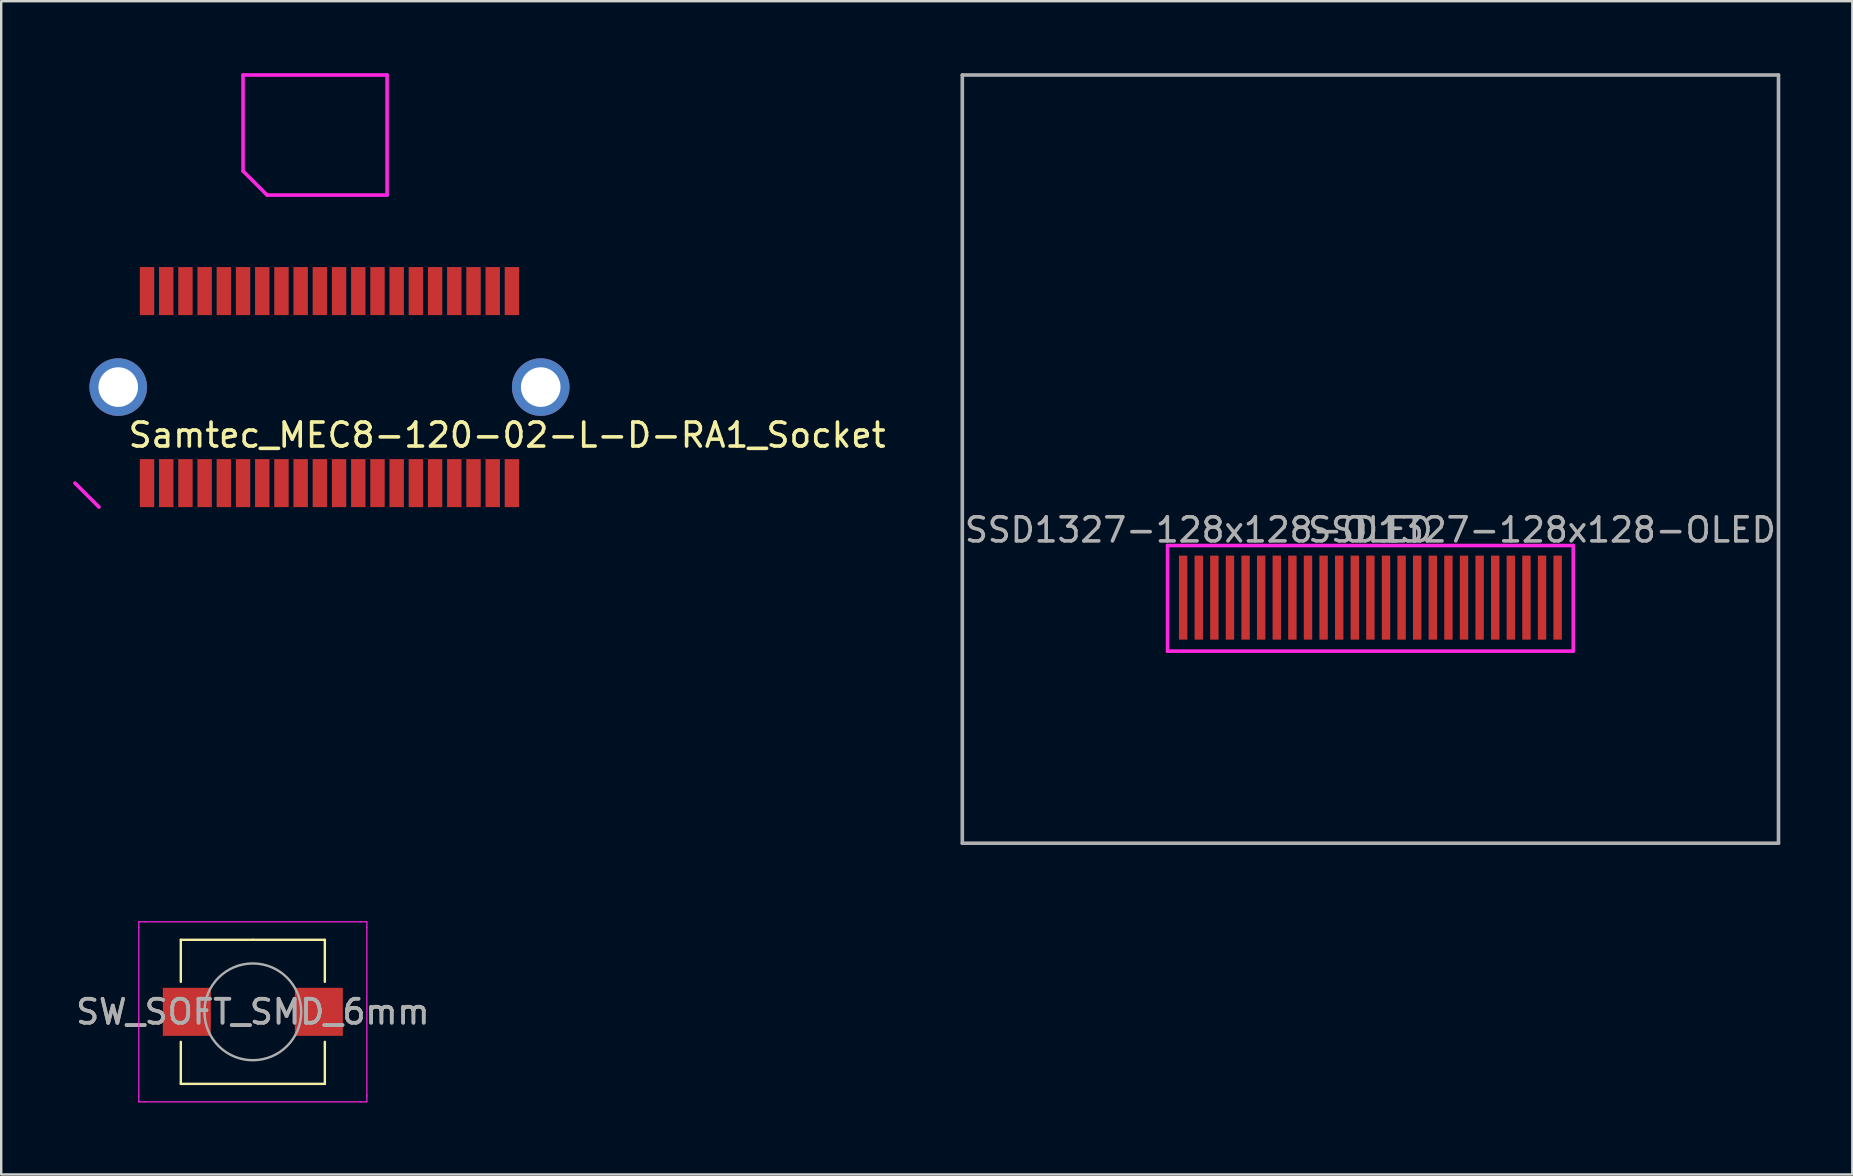
<source format=kicad_pcb>
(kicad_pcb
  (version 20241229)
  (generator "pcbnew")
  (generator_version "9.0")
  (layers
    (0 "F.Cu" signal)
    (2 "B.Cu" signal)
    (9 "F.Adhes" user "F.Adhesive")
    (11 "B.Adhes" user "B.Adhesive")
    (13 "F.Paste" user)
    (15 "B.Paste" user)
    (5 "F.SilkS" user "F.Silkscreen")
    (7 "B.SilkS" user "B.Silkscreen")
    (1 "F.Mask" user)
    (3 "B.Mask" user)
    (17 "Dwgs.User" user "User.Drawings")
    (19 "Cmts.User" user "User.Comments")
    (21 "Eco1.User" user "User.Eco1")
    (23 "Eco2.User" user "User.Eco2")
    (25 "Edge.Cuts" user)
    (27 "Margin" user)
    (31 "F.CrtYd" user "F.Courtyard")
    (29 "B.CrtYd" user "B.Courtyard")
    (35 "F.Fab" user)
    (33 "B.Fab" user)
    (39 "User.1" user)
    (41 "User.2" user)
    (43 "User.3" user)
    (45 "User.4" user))
  (footprint "Samtec_MEC8-120-02-L-D-RA1_Socket"
    (layer "F.Cu")
    (at 3.075 13.075)
    (property "Reference" "Samtec_MEC8-120-02-L-D-RA1_Socket" (at 15 2 0) (layer "F.SilkS") (effects (font (size 1 1) (thickness 0.15))))
    (attr through_hole)
    (fp_line (start -2 5) (end -3 4) (stroke (width 0.15) (type solid)) (layer "F.CrtYd"))
    (fp_line (start 4 -13) (end 10 -13) (stroke (width 0.15) (type solid)) (layer "F.CrtYd"))
    (fp_line (start 4 -9) (end 4 -13) (stroke (width 0.15) (type solid)) (layer "F.CrtYd"))
    (fp_line (start 5 -8) (end 4 -9) (stroke (width 0.15) (type solid)) (layer "F.CrtYd"))
    (fp_line (start 10 -13) (end 10 -8) (stroke (width 0.15) (type solid)) (layer "F.CrtYd"))
    (fp_line (start 10 -8) (end 5 -8) (stroke (width 0.15) (type solid)) (layer "F.CrtYd"))
    (pad "" thru_hole circle (at -1.2 0) (size 2.4 2.4) (drill 1.65) (layers "*.Cu" "*.Mask"))
    (pad "" thru_hole circle (at 16.4 0) (size 2.4 2.4) (drill 1.65) (layers "*.Cu" "*.Mask"))
    (pad "1" smd rect (at 0 4) (size 0.6 2) (layers "F.Cu" "F.Mask" "F.Paste"))
    (pad "2" smd rect (at 0 -4) (size 0.6 2) (layers "F.Cu" "F.Mask" "F.Paste"))
    (pad "3" smd rect (at 0.8 4) (size 0.6 2) (layers "F.Cu" "F.Mask" "F.Paste"))
    (pad "4" smd rect (at 0.8 -4) (size 0.6 2) (layers "F.Cu" "F.Mask" "F.Paste"))
    (pad "5" smd rect (at 1.6 4) (size 0.6 2) (layers "F.Cu" "F.Mask" "F.Paste"))
    (pad "6" smd rect (at 1.6 -4) (size 0.6 2) (layers "F.Cu" "F.Mask" "F.Paste"))
    (pad "7" smd rect (at 2.4 4) (size 0.6 2) (layers "F.Cu" "F.Mask" "F.Paste"))
    (pad "8" smd rect (at 2.4 -4) (size 0.6 2) (layers "F.Cu" "F.Mask" "F.Paste"))
    (pad "9" smd rect (at 3.2 4) (size 0.6 2) (layers "F.Cu" "F.Mask" "F.Paste"))
    (pad "10" smd rect (at 3.2 -4) (size 0.6 2) (layers "F.Cu" "F.Mask" "F.Paste"))
    (pad "11" smd rect (at 4 4) (size 0.6 2) (layers "F.Cu" "F.Mask" "F.Paste"))
    (pad "12" smd rect (at 4 -4) (size 0.6 2) (layers "F.Cu" "F.Mask" "F.Paste"))
    (pad "13" smd rect (at 4.8 4) (size 0.6 2) (layers "F.Cu" "F.Mask" "F.Paste"))
    (pad "14" smd rect (at 4.8 -4) (size 0.6 2) (layers "F.Cu" "F.Mask" "F.Paste"))
    (pad "15" smd rect (at 5.6 4) (size 0.6 2) (layers "F.Cu" "F.Mask" "F.Paste"))
    (pad "16" smd rect (at 5.6 -4) (size 0.6 2) (layers "F.Cu" "F.Mask" "F.Paste"))
    (pad "17" smd rect (at 6.4 4) (size 0.6 2) (layers "F.Cu" "F.Mask" "F.Paste"))
    (pad "18" smd rect (at 6.4 -4) (size 0.6 2) (layers "F.Cu" "F.Mask" "F.Paste"))
    (pad "19" smd rect (at 7.2 4) (size 0.6 2) (layers "F.Cu" "F.Mask" "F.Paste"))
    (pad "20" smd rect (at 7.2 -4) (size 0.6 2) (layers "F.Cu" "F.Mask" "F.Paste"))
    (pad "21" smd rect (at 8 4) (size 0.6 2) (layers "F.Cu" "F.Mask" "F.Paste"))
    (pad "22" smd rect (at 8 -4) (size 0.6 2) (layers "F.Cu" "F.Mask" "F.Paste"))
    (pad "23" smd rect (at 8.8 4) (size 0.6 2) (layers "F.Cu" "F.Mask" "F.Paste"))
    (pad "24" smd rect (at 8.8 -4) (size 0.6 2) (layers "F.Cu" "F.Mask" "F.Paste"))
    (pad "25" smd rect (at 9.6 4) (size 0.6 2) (layers "F.Cu" "F.Mask" "F.Paste"))
    (pad "26" smd rect (at 9.6 -4) (size 0.6 2) (layers "F.Cu" "F.Mask" "F.Paste"))
    (pad "27" smd rect (at 10.4 4) (size 0.6 2) (layers "F.Cu" "F.Mask" "F.Paste"))
    (pad "28" smd rect (at 10.4 -4) (size 0.6 2) (layers "F.Cu" "F.Mask" "F.Paste"))
    (pad "29" smd rect (at 11.2 4) (size 0.6 2) (layers "F.Cu" "F.Mask" "F.Paste"))
    (pad "30" smd rect (at 11.2 -4) (size 0.6 2) (layers "F.Cu" "F.Mask" "F.Paste"))
    (pad "31" smd rect (at 12 4) (size 0.6 2) (layers "F.Cu" "F.Mask" "F.Paste"))
    (pad "32" smd rect (at 12 -4) (size 0.6 2) (layers "F.Cu" "F.Mask" "F.Paste"))
    (pad "33" smd rect (at 12.8 4) (size 0.6 2) (layers "F.Cu" "F.Mask" "F.Paste"))
    (pad "34" smd rect (at 12.8 -4) (size 0.6 2) (layers "F.Cu" "F.Mask" "F.Paste"))
    (pad "35" smd rect (at 13.6 4) (size 0.6 2) (layers "F.Cu" "F.Mask" "F.Paste"))
    (pad "36" smd rect (at 13.6 -4) (size 0.6 2) (layers "F.Cu" "F.Mask" "F.Paste"))
    (pad "37" smd rect (at 14.4 4) (size 0.6 2) (layers "F.Cu" "F.Mask" "F.Paste"))
    (pad "38" smd rect (at 14.4 -4) (size 0.6 2) (layers "F.Cu" "F.Mask" "F.Paste"))
    (pad "39" smd rect (at 15.2 4) (size 0.6 2) (layers "F.Cu" "F.Mask" "F.Paste"))
    (pad "40" smd rect (at 15.2 -4) (size 0.6 2) (layers "F.Cu" "F.Mask" "F.Paste")))
  (footprint "SSD1327-128x128-OLED"
    (layer "F.Cu")
    (at 54.037 32.075)
    (property "Reference" "SSD1327-128x128-OLED" (at 7.15 -13.05 0) (layer "F.Fab") (effects (font (size 1 1) (thickness 0.15))))
    (attr through_hole)
    (fp_line (start -8.45 -12.4) (end 8.45 -12.4) (stroke (width 0.15) (type solid)) (layer "F.CrtYd"))
    (fp_line (start -8.45 -8) (end -8.45 -12.4) (stroke (width 0.15) (type solid)) (layer "F.CrtYd"))
    (fp_line (start 8.45 -12.4) (end 8.45 -8) (stroke (width 0.15) (type solid)) (layer "F.CrtYd"))
    (fp_line (start 8.45 -8) (end -8.45 -8) (stroke (width 0.15) (type solid)) (layer "F.CrtYd"))
    (fp_line (start -17 -32) (end 17 -32) (stroke (width 0.15) (type solid)) (layer "F.Fab"))
    (fp_line (start -17 0) (end -17 -32) (stroke (width 0.15) (type solid)) (layer "F.Fab"))
    (fp_line (start -17 0) (end 17 0) (stroke (width 0.15) (type solid)) (layer "F.Fab"))
    (fp_line (start 17 0) (end 17 -32) (stroke (width 0.15) (type solid)) (layer "F.Fab"))
    (fp_text user "${REFERENCE}" (at -7.15 -13.05 180) (layer "F.Fab") (effects (font (size 1 1) (thickness 0.15))))
    (pad "1" smd rect (at -7.8 -10.23) (size 0.35 3.5) (layers "F.Cu" "F.Mask" "F.Paste"))
    (pad "2" smd rect (at -7.15 -10.23) (size 0.35 3.5) (layers "F.Cu" "F.Mask" "F.Paste"))
    (pad "3" smd rect (at -6.5 -10.23) (size 0.35 3.5) (layers "F.Cu" "F.Mask" "F.Paste"))
    (pad "4" smd rect (at -5.85 -10.23) (size 0.35 3.5) (layers "F.Cu" "F.Mask" "F.Paste"))
    (pad "5" smd rect (at -5.2 -10.23) (size 0.35 3.5) (layers "F.Cu" "F.Mask" "F.Paste"))
    (pad "6" smd rect (at -4.55 -10.23) (size 0.35 3.5) (layers "F.Cu" "F.Mask" "F.Paste"))
    (pad "7" smd rect (at -3.9 -10.23) (size 0.35 3.5) (layers "F.Cu" "F.Mask" "F.Paste"))
    (pad "8" smd rect (at -3.25 -10.23) (size 0.35 3.5) (layers "F.Cu" "F.Mask" "F.Paste"))
    (pad "9" smd rect (at -2.6 -10.23) (size 0.35 3.5) (layers "F.Cu" "F.Mask" "F.Paste"))
    (pad "10" smd rect (at -1.95 -10.23) (size 0.35 3.5) (layers "F.Cu" "F.Mask" "F.Paste"))
    (pad "11" smd rect (at -1.3 -10.23) (size 0.35 3.5) (layers "F.Cu" "F.Mask" "F.Paste"))
    (pad "12" smd rect (at -0.65 -10.23) (size 0.35 3.5) (layers "F.Cu" "F.Mask" "F.Paste"))
    (pad "13" smd rect (at 0 -10.23) (size 0.35 3.5) (layers "F.Cu" "F.Mask" "F.Paste"))
    (pad "14" smd rect (at 0.65 -10.23) (size 0.35 3.5) (layers "F.Cu" "F.Mask" "F.Paste"))
    (pad "15" smd rect (at 1.3 -10.23) (size 0.35 3.5) (layers "F.Cu" "F.Mask" "F.Paste"))
    (pad "16" smd rect (at 1.95 -10.23) (size 0.35 3.5) (layers "F.Cu" "F.Mask" "F.Paste"))
    (pad "17" smd rect (at 2.6 -10.23) (size 0.35 3.5) (layers "F.Cu" "F.Mask" "F.Paste"))
    (pad "18" smd rect (at 3.25 -10.23) (size 0.35 3.5) (layers "F.Cu" "F.Mask" "F.Paste"))
    (pad "19" smd rect (at 3.9 -10.23) (size 0.35 3.5) (layers "F.Cu" "F.Mask" "F.Paste"))
    (pad "20" smd rect (at 4.55 -10.23) (size 0.35 3.5) (layers "F.Cu" "F.Mask" "F.Paste"))
    (pad "21" smd rect (at 5.2 -10.23) (size 0.35 3.5) (layers "F.Cu" "F.Mask" "F.Paste"))
    (pad "22" smd rect (at 5.85 -10.23) (size 0.35 3.5) (layers "F.Cu" "F.Mask" "F.Paste"))
    (pad "23" smd rect (at 6.5 -10.23) (size 0.35 3.5) (layers "F.Cu" "F.Mask" "F.Paste"))
    (pad "24" smd rect (at 7.15 -10.23) (size 0.35 3.5) (layers "F.Cu" "F.Mask" "F.Paste"))
    (pad "25" smd rect (at 7.8 -10.23) (size 0.35 3.5) (layers "F.Cu" "F.Mask" "F.Paste")))
  (footprint "SW_SOFT_SMD_6mm"
    (layer "F.Cu")
    (at 4.232 36.85)
    (property "Reference" "SW_SOFT_SMD_6mm" (at 3.25 2.25 0) (layer "F.Fab") (effects (font (size 1 1) (thickness 0.15))))
    (attr through_hole)
    (fp_line (start 0.25 -0.75) (end 3.25 -0.75) (stroke (width 0.1) (type solid)) (layer "F.SilkS"))
    (fp_line (start 0.25 1) (end 0.25 -0.75) (stroke (width 0.1) (type solid)) (layer "F.SilkS"))
    (fp_line (start 0.25 5.25) (end 0.25 3.5) (stroke (width 0.1) (type solid)) (layer "F.SilkS"))
    (fp_line (start 3.25 -0.75) (end 6.25 -0.75) (stroke (width 0.1) (type solid)) (layer "F.SilkS"))
    (fp_line (start 6.25 1) (end 6.25 -0.75) (stroke (width 0.1) (type solid)) (layer "F.SilkS"))
    (fp_line (start 6.25 5.25) (end 0.25 5.25) (stroke (width 0.1) (type solid)) (layer "F.SilkS"))
    (fp_line (start 6.25 5.25) (end 6.25 3.5) (stroke (width 0.1) (type solid)) (layer "F.SilkS"))
    (fp_line (start -1.5 -1.5) (end -1.25 -1.5) (stroke (width 0.05) (type solid)) (layer "F.CrtYd"))
    (fp_line (start -1.5 -1.25) (end -1.5 -1.5) (stroke (width 0.05) (type solid)) (layer "F.CrtYd"))
    (fp_line (start -1.5 5.75) (end -1.5 -1.25) (stroke (width 0.05) (type solid)) (layer "F.CrtYd"))
    (fp_line (start -1.5 5.75) (end -1.5 6) (stroke (width 0.05) (type solid)) (layer "F.CrtYd"))
    (fp_line (start -1.5 6) (end -1.25 6) (stroke (width 0.05) (type solid)) (layer "F.CrtYd"))
    (fp_line (start -1.25 -1.5) (end 7.75 -1.5) (stroke (width 0.05) (type solid)) (layer "F.CrtYd"))
    (fp_line (start 7.75 -1.5) (end 8 -1.5) (stroke (width 0.05) (type solid)) (layer "F.CrtYd"))
    (fp_line (start 7.75 6) (end -1.25 6) (stroke (width 0.05) (type solid)) (layer "F.CrtYd"))
    (fp_line (start 7.75 6) (end 8 6) (stroke (width 0.05) (type solid)) (layer "F.CrtYd"))
    (fp_line (start 8 -1.5) (end 8 -1.25) (stroke (width 0.05) (type solid)) (layer "F.CrtYd"))
    (fp_line (start 8 -1.25) (end 8 5.75) (stroke (width 0.05) (type solid)) (layer "F.CrtYd"))
    (fp_line (start 8 6) (end 8 5.75) (stroke (width 0.05) (type solid)) (layer "F.CrtYd"))
    (fp_circle (center 3.25 2.25) (end 1.25 2.5) (stroke (width 0.1) (type solid)) (fill no) (layer "F.Fab"))
    (fp_text user "${REFERENCE}" (at 3.25 2.25 0) (layer "F.Fab") (effects (font (size 1 1) (thickness 0.15))))
    (pad "1" smd rect (at 0.5 2.25 90) (size 2 2) (layers "F.Cu" "F.Mask" "F.Paste"))
    (pad "2" smd rect (at 6 2.25 90) (size 2 2) (layers "F.Cu" "F.Mask" "F.Paste")))
  (gr_rect
    (start -3 -3)
    (end 74.112 45.875)
    (stroke (width 0.1) (type default))
    (fill no)
    (layer "Edge.Cuts")))
</source>
